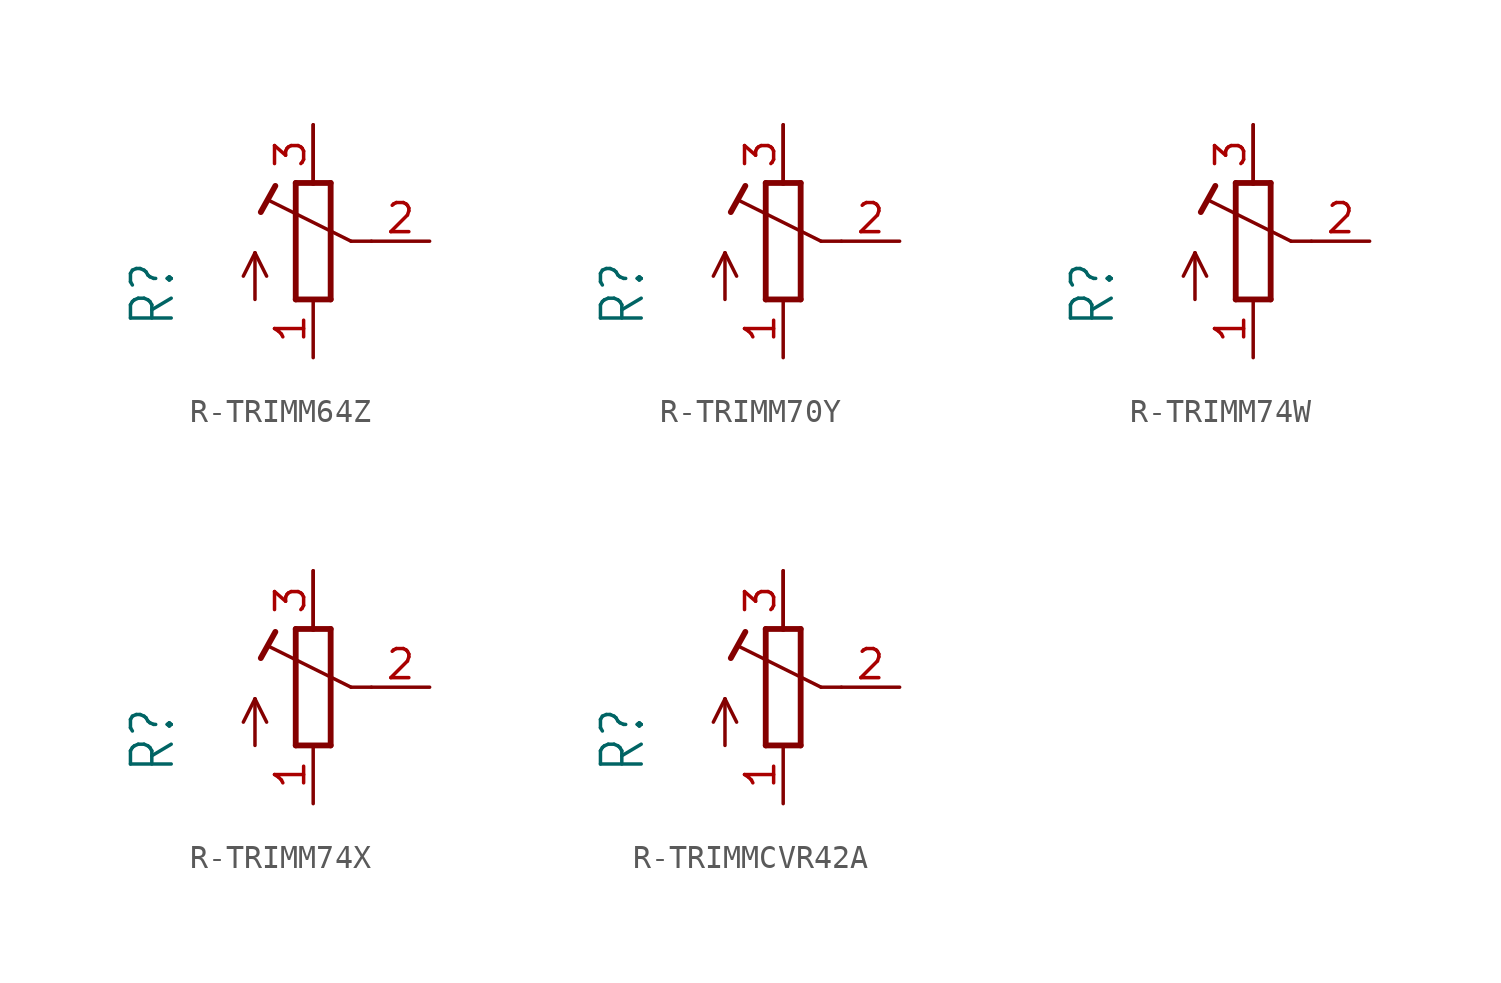
<source format=kicad_sym>
(kicad_symbol_lib
  (version 20231120)
  (generator "kicad_symbol_editor")
  (generator_version "8.0")
  (symbol "R-TRIMM64Z"
    (property "Reference" "R"
      (at -5.969 -3.81 90)
      (effects (font (size 1.778 1.511)) (justify left bottom)))
    (property "Value" ""
      (at -3.81 -3.81 90)
      (effects (font (size 1.778 1.511)) (justify left bottom)))
    (property "ki_locked" ""
      (at 0 0 0)
      (effects (font (size 1.27 1.27))))
    (symbol "R-TRIMM64Z_1_0"
      (polyline (pts (xy -2.54 -2.54) (xy -2.54 -0.508)) (stroke (width 0.152) (type solid)) (fill (type none)))
      (polyline (pts (xy -2.54 -0.508) (xy -3.048 -1.524)) (stroke (width 0.152) (type solid)) (fill (type none)))
      (polyline (pts (xy -2.54 -0.508) (xy -2.032 -1.524)) (stroke (width 0.152) (type solid)) (fill (type none)))
      (polyline (pts (xy -2.286 1.27) (xy -1.651 2.413)) (stroke (width 0.254) (type solid)) (fill (type none)))
      (polyline (pts (xy -0.762 -2.54) (xy 0.762 -2.54)) (stroke (width 0.254) (type solid)) (fill (type none)))
      (polyline (pts (xy -0.762 2.54) (xy -0.762 -2.54)) (stroke (width 0.254) (type solid)) (fill (type none)))
      (polyline (pts (xy 0 2.54) (xy -0.762 2.54)) (stroke (width 0.254) (type solid)) (fill (type none)))
      (polyline (pts (xy 0 2.54) (xy 0 5.08)) (stroke (width 0.152) (type solid)) (fill (type none)))
      (polyline (pts (xy 0.762 -2.54) (xy 0.762 2.54)) (stroke (width 0.254) (type solid)) (fill (type none)))
      (polyline (pts (xy 0.762 2.54) (xy 0 2.54)) (stroke (width 0.254) (type solid)) (fill (type none)))
      (polyline (pts (xy 1.651 0) (xy -1.88 1.753)) (stroke (width 0.152) (type solid)) (fill (type none)))
      (polyline (pts (xy 2.54 0) (xy 1.651 0)) (stroke (width 0.152) (type solid)) (fill (type none)))
      (pin passive line (at 0 -5.08 90) (length 2.54) (name "A" (effects (font (size 0 0)))) (number "1" (effects (font (size 1.27 1.27)))))
      (pin passive line (at 5.08 0 180) (length 2.54) (name "S" (effects (font (size 0 0)))) (number "2" (effects (font (size 1.27 1.27)))))
      (pin passive line (at 0 5.08 270) (length 2.54) (name "E" (effects (font (size 0 0)))) (number "3" (effects (font (size 1.27 1.27)))))))
  (symbol "R-TRIMM70Y"
    (property "Reference" "R"
      (at -5.969 -3.81 90)
      (effects (font (size 1.778 1.511)) (justify left bottom)))
    (property "Value" ""
      (at -3.81 -3.81 90)
      (effects (font (size 1.778 1.511)) (justify left bottom)))
    (property "ki_locked" ""
      (at 0 0 0)
      (effects (font (size 1.27 1.27))))
    (symbol "R-TRIMM70Y_1_0"
      (polyline (pts (xy -2.54 -2.54) (xy -2.54 -0.508)) (stroke (width 0.152) (type solid)) (fill (type none)))
      (polyline (pts (xy -2.54 -0.508) (xy -3.048 -1.524)) (stroke (width 0.152) (type solid)) (fill (type none)))
      (polyline (pts (xy -2.54 -0.508) (xy -2.032 -1.524)) (stroke (width 0.152) (type solid)) (fill (type none)))
      (polyline (pts (xy -2.286 1.27) (xy -1.651 2.413)) (stroke (width 0.254) (type solid)) (fill (type none)))
      (polyline (pts (xy -0.762 -2.54) (xy 0.762 -2.54)) (stroke (width 0.254) (type solid)) (fill (type none)))
      (polyline (pts (xy -0.762 2.54) (xy -0.762 -2.54)) (stroke (width 0.254) (type solid)) (fill (type none)))
      (polyline (pts (xy 0 2.54) (xy -0.762 2.54)) (stroke (width 0.254) (type solid)) (fill (type none)))
      (polyline (pts (xy 0 2.54) (xy 0 5.08)) (stroke (width 0.152) (type solid)) (fill (type none)))
      (polyline (pts (xy 0.762 -2.54) (xy 0.762 2.54)) (stroke (width 0.254) (type solid)) (fill (type none)))
      (polyline (pts (xy 0.762 2.54) (xy 0 2.54)) (stroke (width 0.254) (type solid)) (fill (type none)))
      (polyline (pts (xy 1.651 0) (xy -1.88 1.753)) (stroke (width 0.152) (type solid)) (fill (type none)))
      (polyline (pts (xy 2.54 0) (xy 1.651 0)) (stroke (width 0.152) (type solid)) (fill (type none)))
      (pin passive line (at 0 -5.08 90) (length 2.54) (name "A" (effects (font (size 0 0)))) (number "1" (effects (font (size 1.27 1.27)))))
      (pin passive line (at 5.08 0 180) (length 2.54) (name "S" (effects (font (size 0 0)))) (number "2" (effects (font (size 1.27 1.27)))))
      (pin passive line (at 0 5.08 270) (length 2.54) (name "E" (effects (font (size 0 0)))) (number "3" (effects (font (size 1.27 1.27)))))))
  (symbol "R-TRIMM74W"
    (property "Reference" "R"
      (at -5.969 -3.81 90)
      (effects (font (size 1.778 1.511)) (justify left bottom)))
    (property "Value" ""
      (at -3.81 -3.81 90)
      (effects (font (size 1.778 1.511)) (justify left bottom)))
    (property "ki_locked" ""
      (at 0 0 0)
      (effects (font (size 1.27 1.27))))
    (symbol "R-TRIMM74W_1_0"
      (polyline (pts (xy -2.54 -2.54) (xy -2.54 -0.508)) (stroke (width 0.152) (type solid)) (fill (type none)))
      (polyline (pts (xy -2.54 -0.508) (xy -3.048 -1.524)) (stroke (width 0.152) (type solid)) (fill (type none)))
      (polyline (pts (xy -2.54 -0.508) (xy -2.032 -1.524)) (stroke (width 0.152) (type solid)) (fill (type none)))
      (polyline (pts (xy -2.286 1.27) (xy -1.651 2.413)) (stroke (width 0.254) (type solid)) (fill (type none)))
      (polyline (pts (xy -0.762 -2.54) (xy 0.762 -2.54)) (stroke (width 0.254) (type solid)) (fill (type none)))
      (polyline (pts (xy -0.762 2.54) (xy -0.762 -2.54)) (stroke (width 0.254) (type solid)) (fill (type none)))
      (polyline (pts (xy 0 2.54) (xy -0.762 2.54)) (stroke (width 0.254) (type solid)) (fill (type none)))
      (polyline (pts (xy 0 2.54) (xy 0 5.08)) (stroke (width 0.152) (type solid)) (fill (type none)))
      (polyline (pts (xy 0.762 -2.54) (xy 0.762 2.54)) (stroke (width 0.254) (type solid)) (fill (type none)))
      (polyline (pts (xy 0.762 2.54) (xy 0 2.54)) (stroke (width 0.254) (type solid)) (fill (type none)))
      (polyline (pts (xy 1.651 0) (xy -1.88 1.753)) (stroke (width 0.152) (type solid)) (fill (type none)))
      (polyline (pts (xy 2.54 0) (xy 1.651 0)) (stroke (width 0.152) (type solid)) (fill (type none)))
      (pin passive line (at 0 -5.08 90) (length 2.54) (name "A" (effects (font (size 0 0)))) (number "1" (effects (font (size 1.27 1.27)))))
      (pin passive line (at 5.08 0 180) (length 2.54) (name "S" (effects (font (size 0 0)))) (number "2" (effects (font (size 1.27 1.27)))))
      (pin passive line (at 0 5.08 270) (length 2.54) (name "E" (effects (font (size 0 0)))) (number "3" (effects (font (size 1.27 1.27)))))))
  (symbol "R-TRIMM74X"
    (property "Reference" "R"
      (at -5.969 -3.81 90)
      (effects (font (size 1.778 1.511)) (justify left bottom)))
    (property "Value" ""
      (at -3.81 -3.81 90)
      (effects (font (size 1.778 1.511)) (justify left bottom)))
    (property "ki_locked" ""
      (at 0 0 0)
      (effects (font (size 1.27 1.27))))
    (symbol "R-TRIMM74X_1_0"
      (polyline (pts (xy -2.54 -2.54) (xy -2.54 -0.508)) (stroke (width 0.152) (type solid)) (fill (type none)))
      (polyline (pts (xy -2.54 -0.508) (xy -3.048 -1.524)) (stroke (width 0.152) (type solid)) (fill (type none)))
      (polyline (pts (xy -2.54 -0.508) (xy -2.032 -1.524)) (stroke (width 0.152) (type solid)) (fill (type none)))
      (polyline (pts (xy -2.286 1.27) (xy -1.651 2.413)) (stroke (width 0.254) (type solid)) (fill (type none)))
      (polyline (pts (xy -0.762 -2.54) (xy 0.762 -2.54)) (stroke (width 0.254) (type solid)) (fill (type none)))
      (polyline (pts (xy -0.762 2.54) (xy -0.762 -2.54)) (stroke (width 0.254) (type solid)) (fill (type none)))
      (polyline (pts (xy 0 2.54) (xy -0.762 2.54)) (stroke (width 0.254) (type solid)) (fill (type none)))
      (polyline (pts (xy 0 2.54) (xy 0 5.08)) (stroke (width 0.152) (type solid)) (fill (type none)))
      (polyline (pts (xy 0.762 -2.54) (xy 0.762 2.54)) (stroke (width 0.254) (type solid)) (fill (type none)))
      (polyline (pts (xy 0.762 2.54) (xy 0 2.54)) (stroke (width 0.254) (type solid)) (fill (type none)))
      (polyline (pts (xy 1.651 0) (xy -1.88 1.753)) (stroke (width 0.152) (type solid)) (fill (type none)))
      (polyline (pts (xy 2.54 0) (xy 1.651 0)) (stroke (width 0.152) (type solid)) (fill (type none)))
      (pin passive line (at 0 -5.08 90) (length 2.54) (name "A" (effects (font (size 0 0)))) (number "1" (effects (font (size 1.27 1.27)))))
      (pin passive line (at 5.08 0 180) (length 2.54) (name "S" (effects (font (size 0 0)))) (number "2" (effects (font (size 1.27 1.27)))))
      (pin passive line (at 0 5.08 270) (length 2.54) (name "E" (effects (font (size 0 0)))) (number "3" (effects (font (size 1.27 1.27)))))))
  (symbol "R-TRIMMCVR42A"
    (property "Reference" "R"
      (at -5.969 -3.81 90)
      (effects (font (size 1.778 1.511)) (justify left bottom)))
    (property "Value" ""
      (at -3.81 -3.81 90)
      (effects (font (size 1.778 1.511)) (justify left bottom)))
    (property "ki_locked" ""
      (at 0 0 0)
      (effects (font (size 1.27 1.27))))
    (symbol "R-TRIMMCVR42A_1_0"
      (polyline (pts (xy -2.54 -2.54) (xy -2.54 -0.508)) (stroke (width 0.152) (type solid)) (fill (type none)))
      (polyline (pts (xy -2.54 -0.508) (xy -3.048 -1.524)) (stroke (width 0.152) (type solid)) (fill (type none)))
      (polyline (pts (xy -2.54 -0.508) (xy -2.032 -1.524)) (stroke (width 0.152) (type solid)) (fill (type none)))
      (polyline (pts (xy -2.286 1.27) (xy -1.651 2.413)) (stroke (width 0.254) (type solid)) (fill (type none)))
      (polyline (pts (xy -0.762 -2.54) (xy 0.762 -2.54)) (stroke (width 0.254) (type solid)) (fill (type none)))
      (polyline (pts (xy -0.762 2.54) (xy -0.762 -2.54)) (stroke (width 0.254) (type solid)) (fill (type none)))
      (polyline (pts (xy 0 2.54) (xy -0.762 2.54)) (stroke (width 0.254) (type solid)) (fill (type none)))
      (polyline (pts (xy 0 2.54) (xy 0 5.08)) (stroke (width 0.152) (type solid)) (fill (type none)))
      (polyline (pts (xy 0.762 -2.54) (xy 0.762 2.54)) (stroke (width 0.254) (type solid)) (fill (type none)))
      (polyline (pts (xy 0.762 2.54) (xy 0 2.54)) (stroke (width 0.254) (type solid)) (fill (type none)))
      (polyline (pts (xy 1.651 0) (xy -1.88 1.753)) (stroke (width 0.152) (type solid)) (fill (type none)))
      (polyline (pts (xy 2.54 0) (xy 1.651 0)) (stroke (width 0.152) (type solid)) (fill (type none)))
      (pin passive line (at 0 -5.08 90) (length 2.54) (name "A" (effects (font (size 0 0)))) (number "1" (effects (font (size 1.27 1.27)))))
      (pin passive line (at 5.08 0 180) (length 2.54) (name "S" (effects (font (size 0 0)))) (number "2" (effects (font (size 1.27 1.27)))))
      (pin passive line (at 0 5.08 270) (length 2.54) (name "E" (effects (font (size 0 0)))) (number "3" (effects (font (size 1.27 1.27))))))))
</source>
